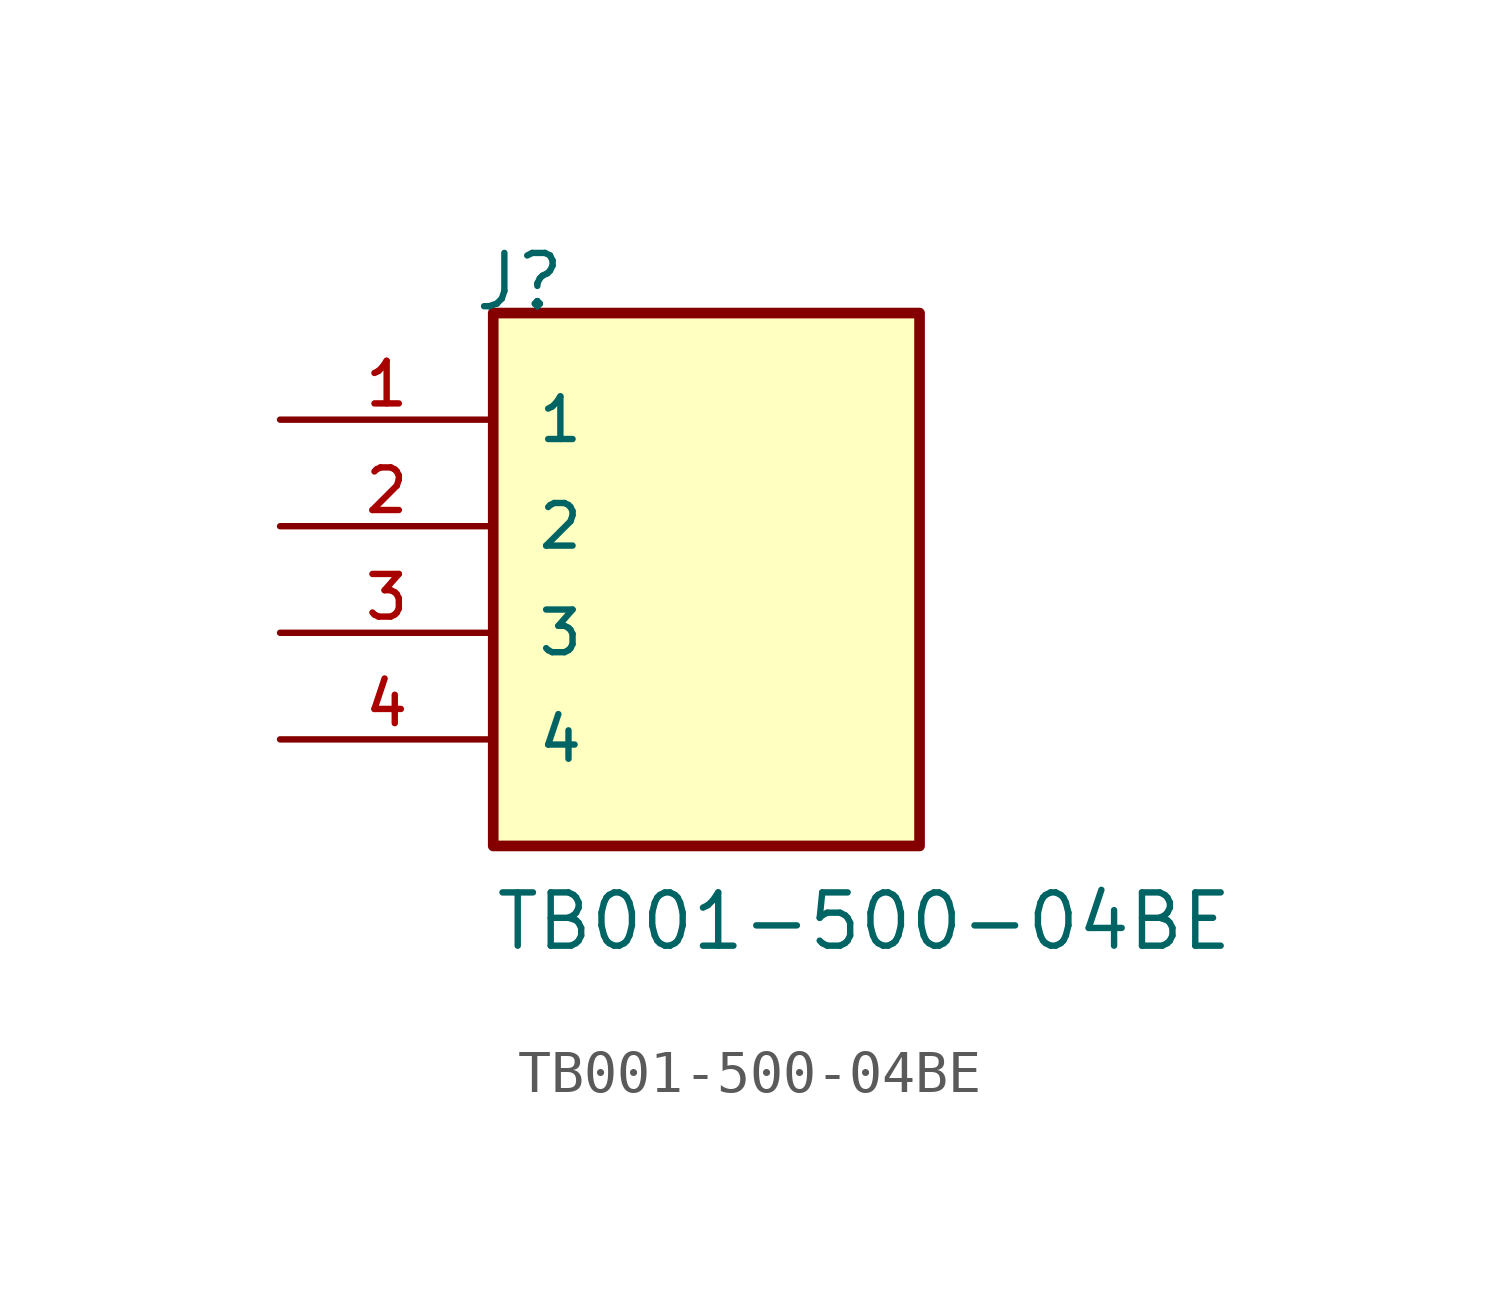
<source format=kicad_sym>
(kicad_symbol_lib
  (version 20211014)
  (generator kicad_symbol_editor)
  (symbol "TB001-500-04BE"
    (pin_names
      (offset 1.016))
    (property "Reference" "J"
      (at -5.58 7.62 0)
      (effects (font (size 1.27 1.27)) (justify bottom left)))
    (property "Value" "TB001-500-04BE"
      (at -5.08 -7.62 0)
      (effects (font (size 1.27 1.27)) (justify bottom left)))
    (symbol "TB001-500-04BE_0_0"
      (rectangle (start -5.08 -5.08) (end 5.08 7.62) (stroke (width 0.254)) (fill (type background)))
      (pin passive line (at -10.16 5.08 0) (length 5.08) (name "1" (effects (font (size 1.016 1.016)))) (number "1" (effects (font (size 1.016 1.016)))))
      (pin passive line (at -10.16 2.54 0) (length 5.08) (name "2" (effects (font (size 1.016 1.016)))) (number "2" (effects (font (size 1.016 1.016)))))
      (pin passive line (at -10.16 0.0 0) (length 5.08) (name "3" (effects (font (size 1.016 1.016)))) (number "3" (effects (font (size 1.016 1.016)))))
      (pin passive line (at -10.16 -2.54 0) (length 5.08) (name "4" (effects (font (size 1.016 1.016)))) (number "4" (effects (font (size 1.016 1.016))))))))
</source>
